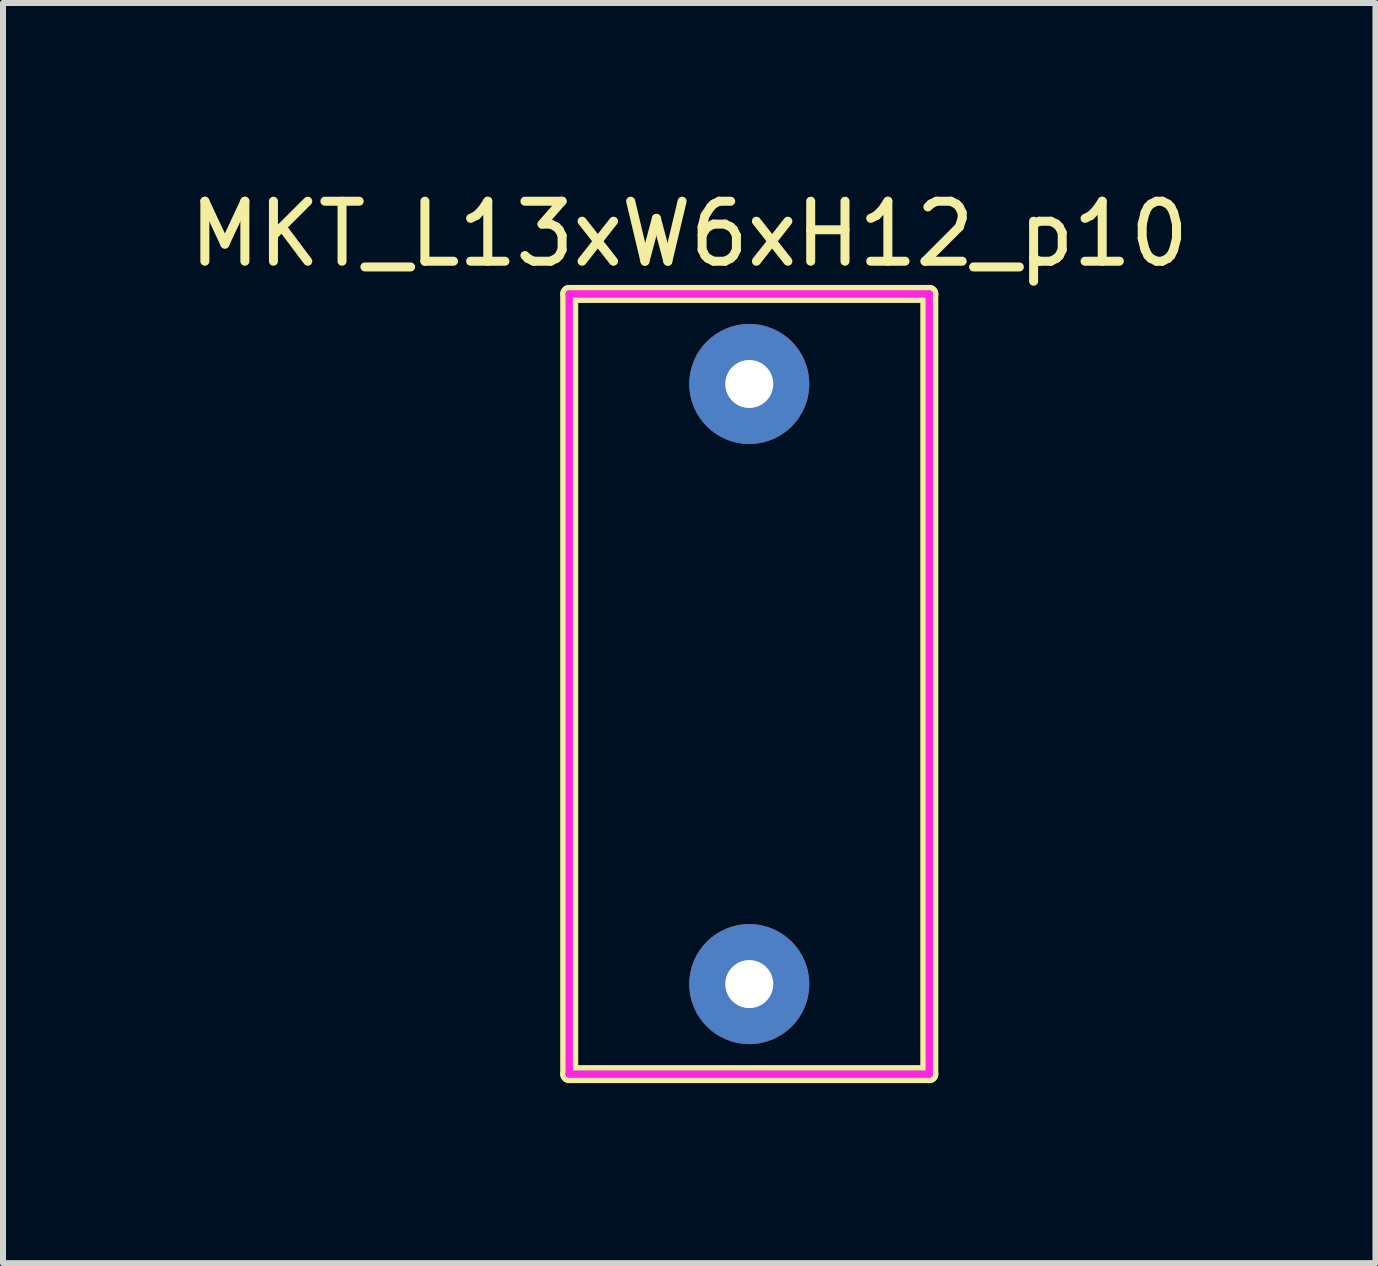
<source format=kicad_pcb>
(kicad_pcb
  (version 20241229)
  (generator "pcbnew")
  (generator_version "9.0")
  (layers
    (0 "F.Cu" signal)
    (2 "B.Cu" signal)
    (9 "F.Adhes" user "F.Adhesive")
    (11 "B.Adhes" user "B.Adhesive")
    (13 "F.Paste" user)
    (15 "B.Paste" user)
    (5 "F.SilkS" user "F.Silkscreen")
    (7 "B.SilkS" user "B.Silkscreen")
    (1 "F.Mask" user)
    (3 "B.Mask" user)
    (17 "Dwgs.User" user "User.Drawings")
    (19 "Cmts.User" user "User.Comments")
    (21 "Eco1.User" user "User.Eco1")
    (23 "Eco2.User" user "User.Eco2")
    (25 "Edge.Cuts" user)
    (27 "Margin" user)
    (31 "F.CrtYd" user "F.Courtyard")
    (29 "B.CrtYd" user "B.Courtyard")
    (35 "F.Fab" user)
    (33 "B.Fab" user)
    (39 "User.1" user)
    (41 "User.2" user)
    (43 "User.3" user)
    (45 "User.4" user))
  (footprint "MKT_L13xW6xH12_p10"
    (layer "F.Cu")
    (at 9.435 8.348)
    (property "Reference" "MKT_L13xW6xH12_p10" (at -1 -7.5 0) (layer "F.SilkS") (effects (font (size 1 1) (thickness 0.15))))
    (attr through_hole)
    (fp_line (start -3 -6.5) (end -3 6.5) (stroke (width 0.3) (type solid)) (layer "F.SilkS"))
    (fp_line (start -3 6.5) (end 3 6.5) (stroke (width 0.3) (type solid)) (layer "F.SilkS"))
    (fp_line (start 3 -6.5) (end -3 -6.5) (stroke (width 0.3) (type solid)) (layer "F.SilkS"))
    (fp_line (start 3 6.5) (end 3 -6.5) (stroke (width 0.3) (type solid)) (layer "F.SilkS"))
    (fp_line (start -3 -6.5) (end -3 6.5) (stroke (width 0.12) (type solid)) (layer "F.CrtYd"))
    (fp_line (start -3 6.5) (end 3 6.5) (stroke (width 0.12) (type solid)) (layer "F.CrtYd"))
    (fp_line (start 3 -6.5) (end -3 -6.5) (stroke (width 0.12) (type solid)) (layer "F.CrtYd"))
    (fp_line (start 3 6.5) (end 3 -6.5) (stroke (width 0.12) (type solid)) (layer "F.CrtYd"))
    (fp_line (start -3 -6.5) (end -3 6.5) (stroke (width 0.12) (type solid)) (layer "F.Fab"))
    (fp_line (start -3 -6.5) (end 3 -6.5) (stroke (width 0.12) (type solid)) (layer "F.Fab"))
    (fp_line (start -3 6.5) (end 3 6.5) (stroke (width 0.12) (type solid)) (layer "F.Fab"))
    (fp_line (start 3 6.5) (end 3 -6.5) (stroke (width 0.12) (type solid)) (layer "F.Fab"))
    (pad "1" thru_hole circle (at 0 -5) (size 2 2) (drill 0.8) (layers "*.Cu" "*.Mask"))
    (pad "2" thru_hole circle (at 0 5) (size 2 2) (drill 0.8) (layers "*.Cu" "*.Mask")))
  (gr_rect
    (start -3 -3)
    (end 19.869 17.998)
    (stroke (width 0.1) (type default))
    (fill no)
    (layer "Edge.Cuts")))
</source>
